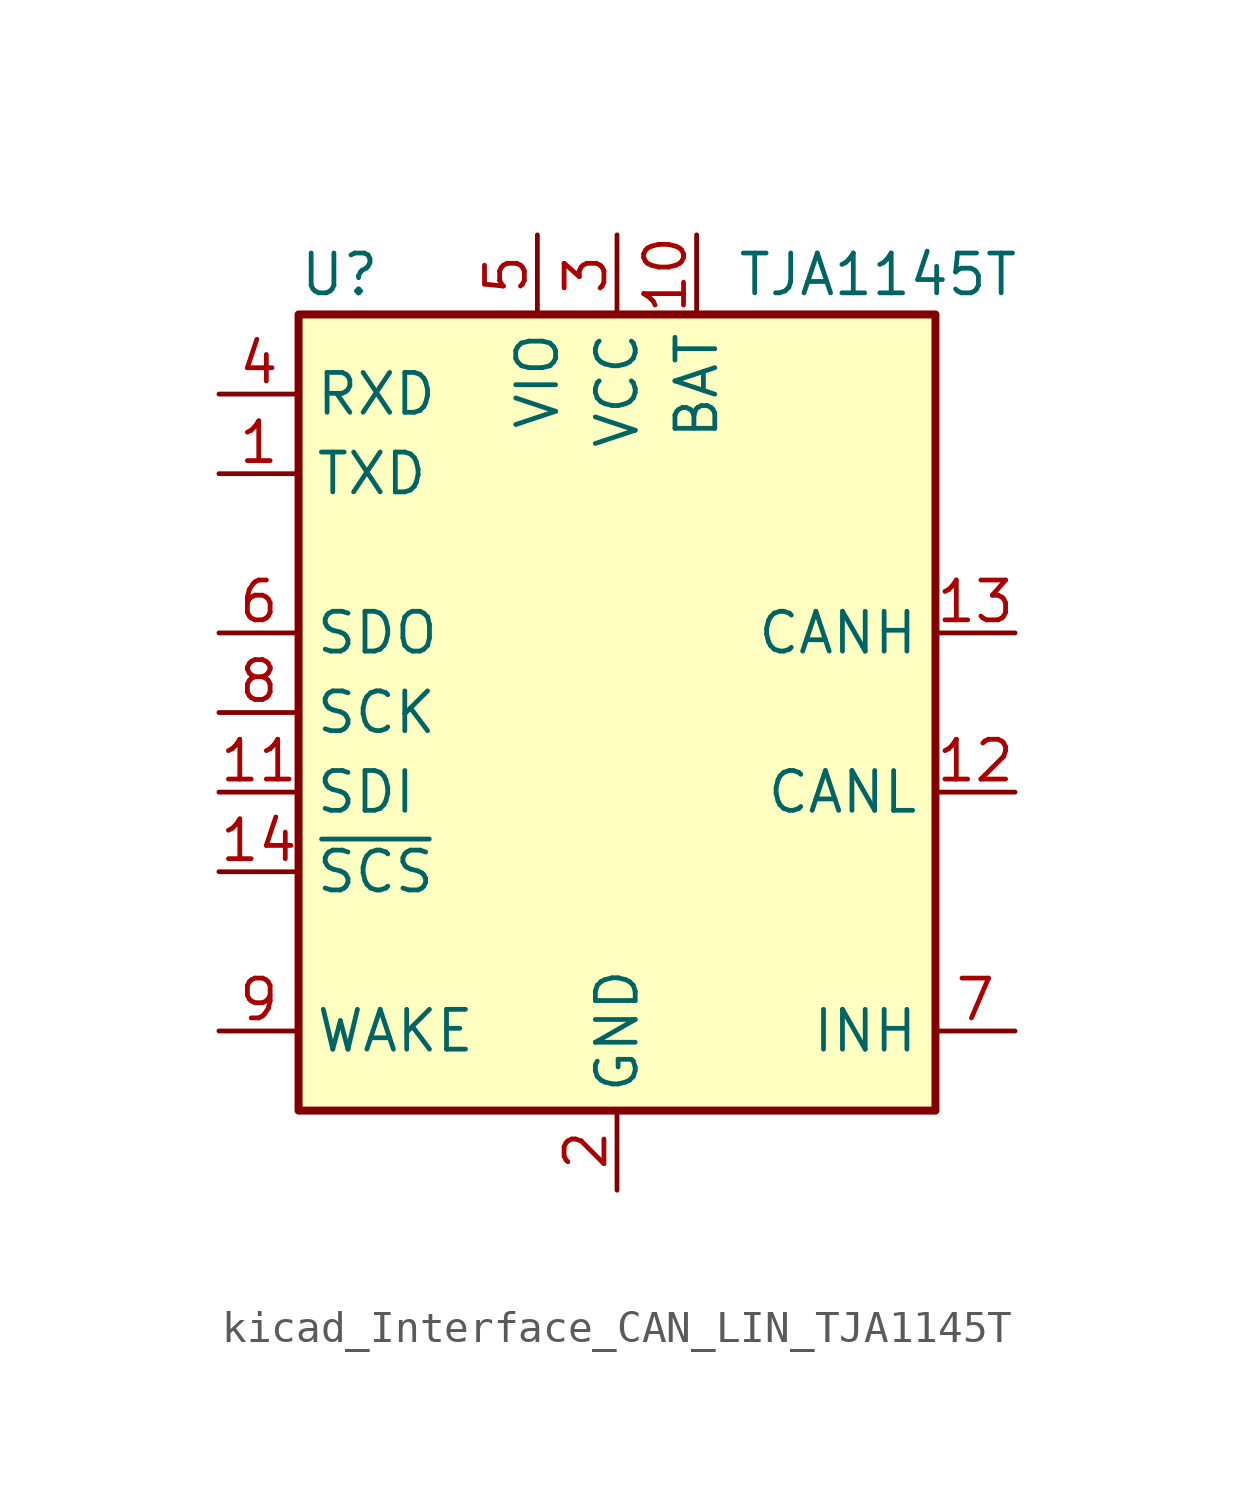
<source format=kicad_sym>
(kicad_symbol_lib
  (version 20220914)
  (generator kicad_symbol_editor)
  (symbol "kicad_Interface_CAN_LIN_TJA1145T"
    (property "Reference" "U"
      (at -10.16 13.97 0)
      (effects (font (size 1.27 1.27)) (justify left)))
    (property "Value" "TJA1145T"
      (at 3.81 13.97 0)
      (effects (font (size 1.27 1.27)) (justify left)))
    (symbol "kicad_Interface_CAN_LIN_TJA1145T_0_1"
      (rectangle (start -10.16 12.7) (end 10.16 -12.7) (stroke (width 0.254) (type default)) (fill (type background))))
    (symbol "kicad_Interface_CAN_LIN_TJA1145T_1_1"
      (pin input line (at -12.7 7.62 0) (length 2.54) (name "TXD" (effects (font (size 1.27 1.27)))) (number "1" (effects (font (size 1.27 1.27)))))
      (pin power_in line (at 2.54 15.24 270) (length 2.54) (name "BAT" (effects (font (size 1.27 1.27)))) (number "10" (effects (font (size 1.27 1.27)))))
      (pin input line (at -12.7 -2.54 0) (length 2.54) (name "SDI" (effects (font (size 1.27 1.27)))) (number "11" (effects (font (size 1.27 1.27)))))
      (pin bidirectional line (at 12.7 -2.54 180) (length 2.54) (name "CANL" (effects (font (size 1.27 1.27)))) (number "12" (effects (font (size 1.27 1.27)))))
      (pin bidirectional line (at 12.7 2.54 180) (length 2.54) (name "CANH" (effects (font (size 1.27 1.27)))) (number "13" (effects (font (size 1.27 1.27)))))
      (pin input line (at -12.7 -5.08 0) (length 2.54) (name "~{SCS}" (effects (font (size 1.27 1.27)))) (number "14" (effects (font (size 1.27 1.27)))))
      (pin power_in line (at 0 -15.24 90) (length 2.54) (name "GND" (effects (font (size 1.27 1.27)))) (number "2" (effects (font (size 1.27 1.27)))))
      (pin power_in line (at 0 15.24 270) (length 2.54) (name "VCC" (effects (font (size 1.27 1.27)))) (number "3" (effects (font (size 1.27 1.27)))))
      (pin output line (at -12.7 10.16 0) (length 2.54) (name "RXD" (effects (font (size 1.27 1.27)))) (number "4" (effects (font (size 1.27 1.27)))))
      (pin power_in line (at -2.54 15.24 270) (length 2.54) (name "VIO" (effects (font (size 1.27 1.27)))) (number "5" (effects (font (size 1.27 1.27)))))
      (pin output line (at -12.7 2.54 0) (length 2.54) (name "SDO" (effects (font (size 1.27 1.27)))) (number "6" (effects (font (size 1.27 1.27)))))
      (pin open_emitter line (at 12.7 -10.16 180) (length 2.54) (name "INH" (effects (font (size 1.27 1.27)))) (number "7" (effects (font (size 1.27 1.27)))))
      (pin input line (at -12.7 0 0) (length 2.54) (name "SCK" (effects (font (size 1.27 1.27)))) (number "8" (effects (font (size 1.27 1.27)))))
      (pin input line (at -12.7 -10.16 0) (length 2.54) (name "WAKE" (effects (font (size 1.27 1.27)))) (number "9" (effects (font (size 1.27 1.27))))))))
</source>
